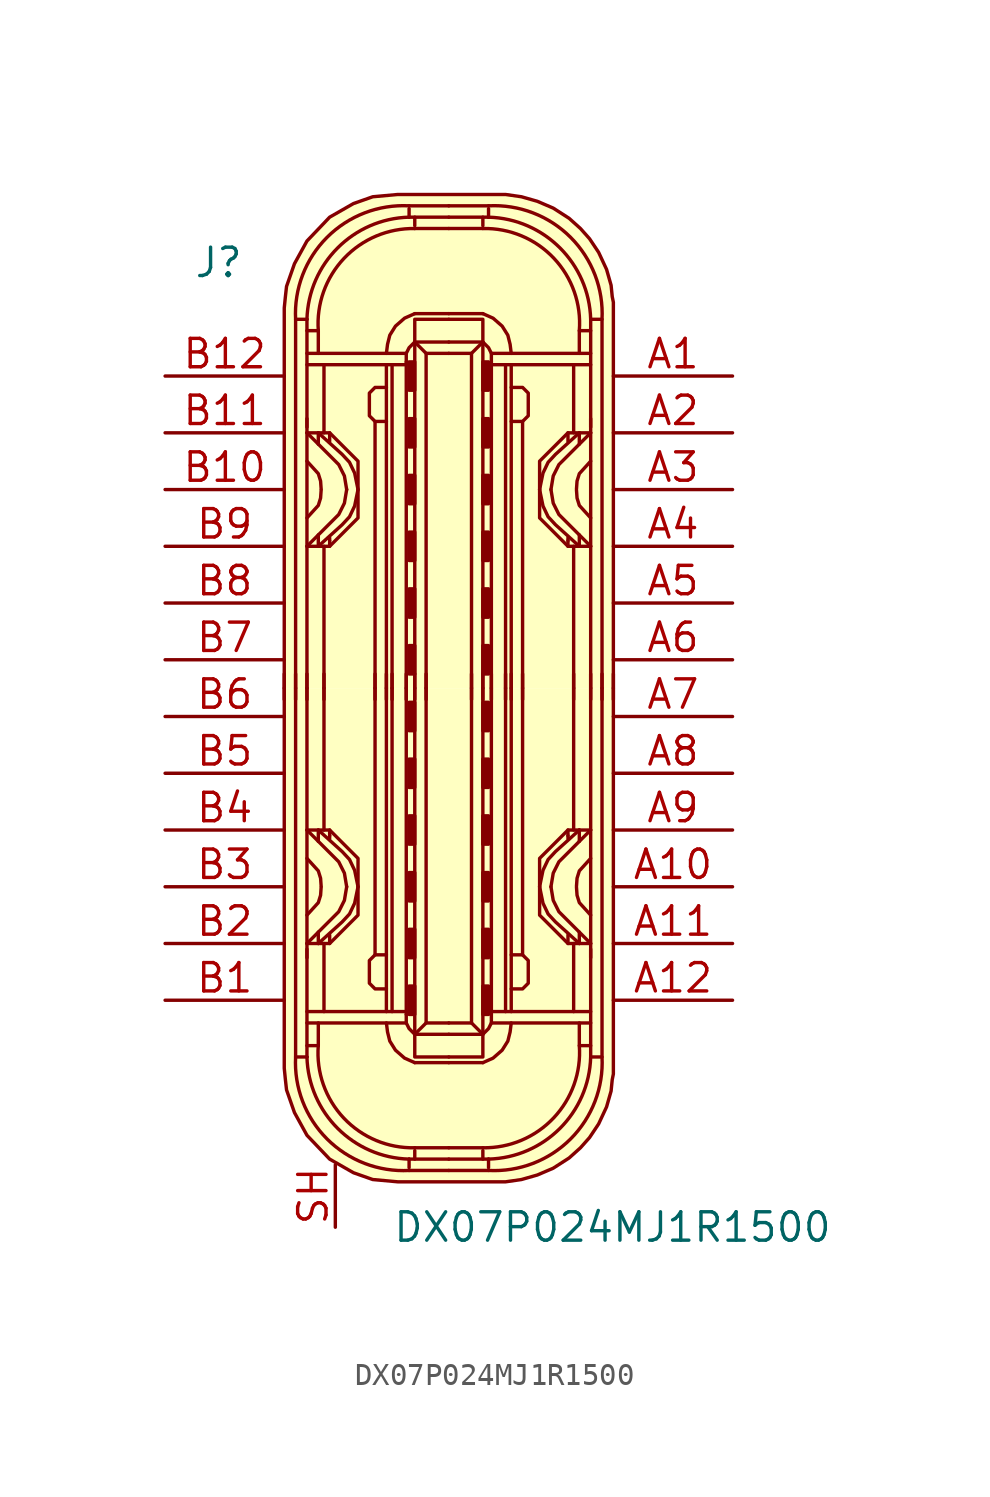
<source format=kicad_sym>
(kicad_symbol_lib
  (version 20220914)
  (generator kicad_symbol_editor)
  (symbol "DX07P024MJ1R1500"
    (pin_names
      (offset 1.016))
    (property "Reference" "J"
      (at -11.43 19.05 0)
      (effects (font (size 1.27 1.27)) (justify left)))
    (property "Value" "DX07P024MJ1R1500"
      (at -2.54 -24.13 0)
      (effects (font (size 1.27 1.27)) (justify left)))
    (symbol "DX07P024MJ1R1500_1_1"
      (arc (start -6.858 -16.51) (mid -5.4492 -20.1812) (end -1.778 -21.59) (stroke (width 0) (type solid)) (fill (type none)))
      (arc (start -6.35 -16.51) (mid -4.9749 -19.7069) (end -1.778 -21.082) (stroke (width 0) (type solid)) (fill (type none)))
      (arc (start -5.842 -16.002) (mid -4.6972 -19.2495) (end -1.524 -20.574) (stroke (width 0) (type solid)) (fill (type none)))
      (rectangle (start -1.778 -14.605) (end -1.524 -13.335) (stroke (width 0) (type solid)) (fill (type outline)))
      (rectangle (start -1.778 -12.065) (end -1.524 -10.795) (stroke (width 0) (type solid)) (fill (type outline)))
      (rectangle (start -1.778 -9.525) (end -1.524 -8.255) (stroke (width 0) (type solid)) (fill (type outline)))
      (rectangle (start -1.778 -6.985) (end -1.524 -5.715) (stroke (width 0) (type solid)) (fill (type outline)))
      (rectangle (start -1.778 -4.445) (end -1.524 -3.175) (stroke (width 0) (type solid)) (fill (type outline)))
      (rectangle (start -1.778 -1.905) (end -1.524 -0.635) (stroke (width 0) (type solid)) (fill (type outline)))
      (rectangle (start -1.778 1.905) (end -1.524 0.635) (stroke (width 0) (type solid)) (fill (type outline)))
      (rectangle (start -1.778 4.445) (end -1.524 3.175) (stroke (width 0) (type solid)) (fill (type outline)))
      (rectangle (start -1.778 6.985) (end -1.524 5.715) (stroke (width 0) (type solid)) (fill (type outline)))
      (rectangle (start -1.778 9.525) (end -1.524 8.255) (stroke (width 0) (type solid)) (fill (type outline)))
      (rectangle (start -1.778 12.065) (end -1.524 10.795) (stroke (width 0) (type solid)) (fill (type outline)))
      (rectangle (start -1.778 14.605) (end -1.524 13.335) (stroke (width 0) (type solid)) (fill (type outline)))
      (arc (start -1.778 21.082) (mid -4.9749 19.7069) (end -6.35 16.51) (stroke (width 0) (type solid)) (fill (type none)))
      (arc (start -1.778 21.59) (mid -5.4492 20.1812) (end -6.858 16.51) (stroke (width 0) (type solid)) (fill (type none)))
      (arc (start -1.524 20.574) (mid -4.6883 19.2412) (end -5.842 16.002) (stroke (width 0) (type solid)) (fill (type none)))
      (polyline (pts (xy -7.366 -0.508) (xy -7.366 0.635)) (stroke (width 0) (type solid)) (fill (type none)))
      (polyline (pts (xy -6.858 -0.508) (xy -6.858 0.635)) (stroke (width 0) (type solid)) (fill (type none)))
      (polyline (pts (xy -6.35 -14.986) (xy -1.905 -14.986)) (stroke (width 0) (type solid)) (fill (type none)))
      (polyline (pts (xy -6.35 -12.065) (xy -6.35 0)) (stroke (width 0) (type solid)) (fill (type none)))
      (polyline (pts (xy -6.35 -0.508) (xy -6.35 0.635)) (stroke (width 0) (type solid)) (fill (type none)))
      (polyline (pts (xy -6.35 12.065) (xy -6.35 0)) (stroke (width 0) (type solid)) (fill (type none)))
      (polyline (pts (xy -6.35 14.986) (xy -1.905 14.986)) (stroke (width 0) (type solid)) (fill (type none)))
      (polyline (pts (xy -5.842 -11.43) (xy -5.842 -10.922)) (stroke (width 0) (type solid)) (fill (type none)))
      (polyline (pts (xy -5.842 -6.35) (xy -5.842 -6.858)) (stroke (width 0) (type solid)) (fill (type none)))
      (polyline (pts (xy -5.842 6.35) (xy -5.842 6.858)) (stroke (width 0) (type solid)) (fill (type none)))
      (polyline (pts (xy -5.842 11.43) (xy -5.842 10.922)) (stroke (width 0) (type solid)) (fill (type none)))
      (polyline (pts (xy -5.588 -14.478) (xy -5.588 -11.43)) (stroke (width 0) (type solid)) (fill (type none)))
      (polyline (pts (xy -5.588 -6.35) (xy -5.588 0)) (stroke (width 0) (type solid)) (fill (type none)))
      (polyline (pts (xy -5.588 -0.508) (xy -5.588 0.635)) (stroke (width 0) (type solid)) (fill (type none)))
      (polyline (pts (xy -5.588 6.35) (xy -5.588 0)) (stroke (width 0) (type solid)) (fill (type none)))
      (polyline (pts (xy -5.588 14.478) (xy -5.588 11.43)) (stroke (width 0) (type solid)) (fill (type none)))
      (polyline (pts (xy -5.334 -11.43) (xy -5.334 -11.049)) (stroke (width 0) (type solid)) (fill (type none)))
      (polyline (pts (xy -5.334 -6.604) (xy -5.334 -6.731)) (stroke (width 0) (type solid)) (fill (type none)))
      (polyline (pts (xy -5.334 -6.35) (xy -5.334 -6.604)) (stroke (width 0) (type solid)) (fill (type none)))
      (polyline (pts (xy -5.334 6.35) (xy -5.334 6.604)) (stroke (width 0) (type solid)) (fill (type none)))
      (polyline (pts (xy -5.334 6.604) (xy -5.334 6.731)) (stroke (width 0) (type solid)) (fill (type none)))
      (polyline (pts (xy -5.334 11.43) (xy -5.334 11.049)) (stroke (width 0) (type solid)) (fill (type none)))
      (polyline (pts (xy -3.302 -0.508) (xy -3.302 0.635)) (stroke (width 0) (type solid)) (fill (type none)))
      (polyline (pts (xy -3.302 0) (xy -3.302 -11.938)) (stroke (width 0) (type solid)) (fill (type none)))
      (polyline (pts (xy -3.302 0) (xy -3.302 11.938)) (stroke (width 0) (type solid)) (fill (type none)))
      (polyline (pts (xy -2.794 -0.508) (xy -2.794 0.635)) (stroke (width 0) (type solid)) (fill (type none)))
      (polyline (pts (xy -2.794 0) (xy -2.794 -14.478)) (stroke (width 0) (type solid)) (fill (type none)))
      (polyline (pts (xy -2.794 0) (xy -2.794 14.478)) (stroke (width 0) (type solid)) (fill (type none)))
      (polyline (pts (xy -2.54 -14.478) (xy -2.54 0)) (stroke (width 0) (type solid)) (fill (type none)))
      (polyline (pts (xy -2.54 -0.508) (xy -2.54 0.635)) (stroke (width 0) (type solid)) (fill (type none)))
      (polyline (pts (xy -2.54 14.478) (xy -2.54 0)) (stroke (width 0) (type solid)) (fill (type none)))
      (polyline (pts (xy -1.905 -14.478) (xy -6.35 -14.478)) (stroke (width 0) (type solid)) (fill (type none)))
      (polyline (pts (xy -1.905 -0.508) (xy -1.905 0.635)) (stroke (width 0) (type solid)) (fill (type none)))
      (polyline (pts (xy -1.905 0) (xy -1.905 -14.605)) (stroke (width 0) (type solid)) (fill (type none)))
      (polyline (pts (xy -1.905 0) (xy -1.905 14.605)) (stroke (width 0) (type solid)) (fill (type none)))
      (polyline (pts (xy -1.905 14.478) (xy -6.35 14.478)) (stroke (width 0) (type solid)) (fill (type none)))
      (polyline (pts (xy -1.778 -21.59) (xy 0 -21.59)) (stroke (width 0) (type solid)) (fill (type background)))
      (polyline (pts (xy -1.778 -21.082) (xy -1.778 -21.463)) (stroke (width 0) (type solid)) (fill (type none)))
      (polyline (pts (xy -1.778 -21.082) (xy 0 -21.082)) (stroke (width 0) (type solid)) (fill (type none)))
      (polyline (pts (xy -1.778 21.082) (xy -1.778 21.463)) (stroke (width 0) (type solid)) (fill (type none)))
      (polyline (pts (xy -1.778 21.082) (xy 0 21.082)) (stroke (width 0) (type solid)) (fill (type none)))
      (polyline (pts (xy -1.778 21.59) (xy 0 21.59)) (stroke (width 0) (type solid)) (fill (type background)))
      (polyline (pts (xy -1.524 -20.701) (xy -1.524 -21.082)) (stroke (width 0) (type solid)) (fill (type none)))
      (polyline (pts (xy -1.524 -20.574) (xy 0 -20.574)) (stroke (width 0) (type solid)) (fill (type none)))
      (polyline (pts (xy -1.524 -0.508) (xy -1.524 0.635)) (stroke (width 0) (type solid)) (fill (type none)))
      (polyline (pts (xy -1.524 20.574) (xy 0 20.574)) (stroke (width 0) (type solid)) (fill (type none)))
      (polyline (pts (xy -1.524 20.701) (xy -1.524 21.082)) (stroke (width 0) (type solid)) (fill (type none)))
      (polyline (pts (xy -1.016 -14.986) (xy -1.524 -15.494)) (stroke (width 0) (type solid)) (fill (type none)))
      (polyline (pts (xy -1.016 -0.508) (xy -1.016 0.635)) (stroke (width 0) (type solid)) (fill (type none)))
      (polyline (pts (xy -1.016 14.986) (xy -1.524 15.494)) (stroke (width 0) (type solid)) (fill (type none)))
      (polyline (pts (xy 0 -16.764) (xy -1.524 -16.764)) (stroke (width 0) (type solid)) (fill (type none)))
      (polyline (pts (xy 0 -16.764) (xy 1.524 -16.764)) (stroke (width 0) (type solid)) (fill (type none)))
      (polyline (pts (xy 0 16.764) (xy -1.524 16.764)) (stroke (width 0) (type solid)) (fill (type none)))
      (polyline (pts (xy 0 16.764) (xy 1.524 16.764)) (stroke (width 0) (type solid)) (fill (type none)))
      (polyline (pts (xy 1.016 -14.986) (xy 1.524 -15.494)) (stroke (width 0) (type solid)) (fill (type none)))
      (polyline (pts (xy 1.016 -0.508) (xy 1.016 0.635)) (stroke (width 0) (type solid)) (fill (type none)))
      (polyline (pts (xy 1.016 14.986) (xy 1.524 15.494)) (stroke (width 0) (type solid)) (fill (type none)))
      (polyline (pts (xy 1.524 -20.701) (xy 1.524 -21.082)) (stroke (width 0) (type solid)) (fill (type none)))
      (polyline (pts (xy 1.524 -20.574) (xy 0 -20.574)) (stroke (width 0) (type solid)) (fill (type none)))
      (polyline (pts (xy 1.524 -0.508) (xy 1.524 0.635)) (stroke (width 0) (type solid)) (fill (type none)))
      (polyline (pts (xy 1.524 20.574) (xy 0 20.574)) (stroke (width 0) (type solid)) (fill (type none)))
      (polyline (pts (xy 1.524 20.701) (xy 1.524 21.082)) (stroke (width 0) (type solid)) (fill (type none)))
      (polyline (pts (xy 1.778 -21.59) (xy 0 -21.59)) (stroke (width 0) (type solid)) (fill (type background)))
      (polyline (pts (xy 1.778 -21.082) (xy 0 -21.082)) (stroke (width 0) (type solid)) (fill (type none)))
      (polyline (pts (xy 1.778 -21.082) (xy 1.778 -21.463)) (stroke (width 0) (type solid)) (fill (type none)))
      (polyline (pts (xy 1.778 21.082) (xy 0 21.082)) (stroke (width 0) (type solid)) (fill (type none)))
      (polyline (pts (xy 1.778 21.082) (xy 1.778 21.463)) (stroke (width 0) (type solid)) (fill (type none)))
      (polyline (pts (xy 1.778 21.59) (xy 0 21.59)) (stroke (width 0) (type solid)) (fill (type background)))
      (polyline (pts (xy 1.905 -14.478) (xy 6.35 -14.478)) (stroke (width 0) (type solid)) (fill (type none)))
      (polyline (pts (xy 1.905 -0.508) (xy 1.905 0.635)) (stroke (width 0) (type solid)) (fill (type none)))
      (polyline (pts (xy 1.905 0) (xy 1.905 -14.605)) (stroke (width 0) (type solid)) (fill (type none)))
      (polyline (pts (xy 1.905 0) (xy 1.905 14.605)) (stroke (width 0) (type solid)) (fill (type none)))
      (polyline (pts (xy 1.905 14.478) (xy 6.35 14.478)) (stroke (width 0) (type solid)) (fill (type none)))
      (polyline (pts (xy 2.54 -14.478) (xy 2.54 0)) (stroke (width 0) (type solid)) (fill (type none)))
      (polyline (pts (xy 2.54 -0.508) (xy 2.54 0.635)) (stroke (width 0) (type solid)) (fill (type none)))
      (polyline (pts (xy 2.54 14.478) (xy 2.54 0)) (stroke (width 0) (type solid)) (fill (type none)))
      (polyline (pts (xy 2.794 -0.508) (xy 2.794 0.635)) (stroke (width 0) (type solid)) (fill (type none)))
      (polyline (pts (xy 2.794 0) (xy 2.794 -14.478)) (stroke (width 0) (type solid)) (fill (type none)))
      (polyline (pts (xy 2.794 0) (xy 2.794 14.478)) (stroke (width 0) (type solid)) (fill (type none)))
      (polyline (pts (xy 3.302 -0.508) (xy 3.302 0.635)) (stroke (width 0) (type solid)) (fill (type none)))
      (polyline (pts (xy 3.302 0) (xy 3.302 -11.938)) (stroke (width 0) (type solid)) (fill (type none)))
      (polyline (pts (xy 3.302 0) (xy 3.302 11.938)) (stroke (width 0) (type solid)) (fill (type none)))
      (polyline (pts (xy 5.334 -11.43) (xy 5.334 -11.049)) (stroke (width 0) (type solid)) (fill (type none)))
      (polyline (pts (xy 5.334 -6.604) (xy 5.334 -6.731)) (stroke (width 0) (type solid)) (fill (type none)))
      (polyline (pts (xy 5.334 -6.35) (xy 5.334 -6.604)) (stroke (width 0) (type solid)) (fill (type none)))
      (polyline (pts (xy 5.334 6.35) (xy 5.334 6.604)) (stroke (width 0) (type solid)) (fill (type none)))
      (polyline (pts (xy 5.334 6.604) (xy 5.334 6.731)) (stroke (width 0) (type solid)) (fill (type none)))
      (polyline (pts (xy 5.334 11.43) (xy 5.334 11.049)) (stroke (width 0) (type solid)) (fill (type none)))
      (polyline (pts (xy 5.588 -14.478) (xy 5.588 -11.43)) (stroke (width 0) (type solid)) (fill (type none)))
      (polyline (pts (xy 5.588 -6.35) (xy 5.588 0)) (stroke (width 0) (type solid)) (fill (type none)))
      (polyline (pts (xy 5.588 -0.508) (xy 5.588 0.635)) (stroke (width 0) (type solid)) (fill (type none)))
      (polyline (pts (xy 5.588 6.35) (xy 5.588 0)) (stroke (width 0) (type solid)) (fill (type none)))
      (polyline (pts (xy 5.588 14.478) (xy 5.588 11.43)) (stroke (width 0) (type solid)) (fill (type none)))
      (polyline (pts (xy 5.842 -11.43) (xy 5.842 -10.922)) (stroke (width 0) (type solid)) (fill (type none)))
      (polyline (pts (xy 5.842 -6.35) (xy 5.842 -6.858)) (stroke (width 0) (type solid)) (fill (type none)))
      (polyline (pts (xy 5.842 6.35) (xy 5.842 6.858)) (stroke (width 0) (type solid)) (fill (type none)))
      (polyline (pts (xy 5.842 11.43) (xy 5.842 10.922)) (stroke (width 0) (type solid)) (fill (type none)))
      (polyline (pts (xy 6.35 -14.986) (xy 1.905 -14.986)) (stroke (width 0) (type solid)) (fill (type none)))
      (polyline (pts (xy 6.35 -12.065) (xy 6.35 0)) (stroke (width 0) (type solid)) (fill (type none)))
      (polyline (pts (xy 6.35 -0.508) (xy 6.35 0.635)) (stroke (width 0) (type solid)) (fill (type none)))
      (polyline (pts (xy 6.35 12.065) (xy 6.35 0)) (stroke (width 0) (type solid)) (fill (type none)))
      (polyline (pts (xy 6.35 14.986) (xy 1.905 14.986)) (stroke (width 0) (type solid)) (fill (type none)))
      (polyline (pts (xy 6.858 -0.508) (xy 6.858 0.635)) (stroke (width 0) (type solid)) (fill (type none)))
      (polyline (pts (xy 7.366 -0.508) (xy 7.366 0.635)) (stroke (width 0) (type solid)) (fill (type none)))
      (polyline (pts (xy -6.35 -16.51) (xy -6.858 -16.51) (xy -6.858 0)) (stroke (width 0) (type solid)) (fill (type none)))
      (polyline (pts (xy -6.35 -11.684) (xy -6.35 -15.875) (xy -6.35 -16.51)) (stroke (width 0) (type solid)) (fill (type none)))
      (polyline (pts (xy -6.35 11.684) (xy -6.35 15.875) (xy -6.35 16.51)) (stroke (width 0) (type solid)) (fill (type none)))
      (polyline (pts (xy -6.35 16.51) (xy -6.858 16.51) (xy -6.858 0)) (stroke (width 0) (type solid)) (fill (type none)))
      (polyline (pts (xy -5.842 -14.986) (xy -5.842 -16.002) (xy -6.35 -16.002)) (stroke (width 0) (type solid)) (fill (type none)))
      (polyline (pts (xy -5.842 14.986) (xy -5.842 16.002) (xy -6.35 16.002)) (stroke (width 0) (type solid)) (fill (type none)))
      (polyline (pts (xy -1.524 0) (xy -1.524 -15.494) (xy 0 -15.494)) (stroke (width 0) (type solid)) (fill (type none)))
      (polyline (pts (xy -1.524 0) (xy -1.524 15.494) (xy 0 15.494)) (stroke (width 0) (type solid)) (fill (type none)))
      (polyline (pts (xy -1.016 0) (xy -1.016 -14.986) (xy 0 -14.986)) (stroke (width 0) (type solid)) (fill (type none)))
      (polyline (pts (xy -1.016 0) (xy -1.016 14.986) (xy 0 14.986)) (stroke (width 0) (type solid)) (fill (type none)))
      (polyline (pts (xy 1.016 0) (xy 1.016 -14.986) (xy 0 -14.986)) (stroke (width 0) (type solid)) (fill (type none)))
      (polyline (pts (xy 1.016 0) (xy 1.016 14.986) (xy 0 14.986)) (stroke (width 0) (type solid)) (fill (type none)))
      (polyline (pts (xy 1.524 0) (xy 1.524 -15.494) (xy 0 -15.494)) (stroke (width 0) (type solid)) (fill (type none)))
      (polyline (pts (xy 1.524 0) (xy 1.524 15.494) (xy 0 15.494)) (stroke (width 0) (type solid)) (fill (type none)))
      (polyline (pts (xy 5.842 -14.986) (xy 5.842 -16.002) (xy 6.35 -16.002)) (stroke (width 0) (type solid)) (fill (type none)))
      (polyline (pts (xy 5.842 14.986) (xy 5.842 16.002) (xy 6.35 16.002)) (stroke (width 0) (type solid)) (fill (type none)))
      (polyline (pts (xy 6.35 -16.51) (xy 6.858 -16.51) (xy 6.858 0)) (stroke (width 0) (type solid)) (fill (type none)))
      (polyline (pts (xy 6.35 -11.684) (xy 6.35 -15.875) (xy 6.35 -16.51)) (stroke (width 0) (type solid)) (fill (type none)))
      (polyline (pts (xy 6.35 11.684) (xy 6.35 15.875) (xy 6.35 16.51)) (stroke (width 0) (type solid)) (fill (type none)))
      (polyline (pts (xy 6.35 16.51) (xy 6.858 16.51) (xy 6.858 0)) (stroke (width 0) (type solid)) (fill (type none)))
      (polyline (pts (xy -6.35 -11.43) (xy -4.928 -10.008) (xy -4.674 -9.5) (xy -4.572 -8.89)) (stroke (width 0) (type solid)) (fill (type none)))
      (polyline (pts (xy -6.35 -10.16) (xy -5.842 -9.601) (xy -5.74 -9.271) (xy -5.715 -8.915)) (stroke (width 0) (type solid)) (fill (type none)))
      (polyline (pts (xy -6.35 -7.62) (xy -5.842 -8.179) (xy -5.74 -8.509) (xy -5.715 -8.865)) (stroke (width 0) (type solid)) (fill (type none)))
      (polyline (pts (xy -6.35 -6.35) (xy -4.928 -7.772) (xy -4.674 -8.28) (xy -4.572 -8.89)) (stroke (width 0) (type solid)) (fill (type none)))
      (polyline (pts (xy -6.35 6.35) (xy -4.928 7.772) (xy -4.674 8.28) (xy -4.572 8.89)) (stroke (width 0) (type solid)) (fill (type none)))
      (polyline (pts (xy -6.35 7.62) (xy -5.842 8.179) (xy -5.74 8.509) (xy -5.715 8.865)) (stroke (width 0) (type solid)) (fill (type none)))
      (polyline (pts (xy -6.35 10.16) (xy -5.842 9.601) (xy -5.74 9.271) (xy -5.715 8.915)) (stroke (width 0) (type solid)) (fill (type none)))
      (polyline (pts (xy -6.35 11.43) (xy -4.928 10.008) (xy -4.674 9.5) (xy -4.572 8.89)) (stroke (width 0) (type solid)) (fill (type none)))
      (polyline (pts (xy -1.905 -14.605) (xy -1.905 -14.986) (xy -1.778 -15.24) (xy -1.524 -15.494)) (stroke (width 0) (type solid)) (fill (type none)))
      (polyline (pts (xy -1.905 14.605) (xy -1.905 14.986) (xy -1.778 15.24) (xy -1.524 15.494)) (stroke (width 0) (type solid)) (fill (type none)))
      (polyline (pts (xy 0 -16.51) (xy -1.397 -16.51) (xy -1.524 -16.51) (xy -1.524 -15.494)) (stroke (width 0) (type solid)) (fill (type none)))
      (polyline (pts (xy 0 -16.51) (xy 1.397 -16.51) (xy 1.524 -16.51) (xy 1.524 -15.494)) (stroke (width 0) (type solid)) (fill (type none)))
      (polyline (pts (xy 0 16.51) (xy -1.397 16.51) (xy -1.524 16.51) (xy -1.524 15.494)) (stroke (width 0) (type solid)) (fill (type none)))
      (polyline (pts (xy 0 16.51) (xy 1.397 16.51) (xy 1.524 16.51) (xy 1.524 15.494)) (stroke (width 0) (type solid)) (fill (type none)))
      (polyline (pts (xy 1.905 -14.605) (xy 1.905 -14.986) (xy 1.778 -15.24) (xy 1.524 -15.494)) (stroke (width 0) (type solid)) (fill (type none)))
      (polyline (pts (xy 1.905 14.605) (xy 1.905 14.986) (xy 1.778 15.24) (xy 1.524 15.494)) (stroke (width 0) (type solid)) (fill (type none)))
      (polyline (pts (xy 6.35 -11.43) (xy 4.928 -10.008) (xy 4.674 -9.5) (xy 4.572 -8.89)) (stroke (width 0) (type solid)) (fill (type none)))
      (polyline (pts (xy 6.35 -10.16) (xy 5.842 -9.601) (xy 5.74 -9.271) (xy 5.715 -8.915)) (stroke (width 0) (type solid)) (fill (type none)))
      (polyline (pts (xy 6.35 -7.62) (xy 5.842 -8.179) (xy 5.74 -8.509) (xy 5.715 -8.865)) (stroke (width 0) (type solid)) (fill (type none)))
      (polyline (pts (xy 6.35 -6.35) (xy 4.928 -7.772) (xy 4.674 -8.28) (xy 4.572 -8.89)) (stroke (width 0) (type solid)) (fill (type none)))
      (polyline (pts (xy 6.35 6.35) (xy 4.928 7.772) (xy 4.674 8.28) (xy 4.572 8.89)) (stroke (width 0) (type solid)) (fill (type none)))
      (polyline (pts (xy 6.35 7.62) (xy 5.842 8.179) (xy 5.74 8.509) (xy 5.715 8.865)) (stroke (width 0) (type solid)) (fill (type none)))
      (polyline (pts (xy 6.35 10.16) (xy 5.842 9.601) (xy 5.74 9.271) (xy 5.715 8.915)) (stroke (width 0) (type solid)) (fill (type none)))
      (polyline (pts (xy 6.35 11.43) (xy 4.928 10.008) (xy 4.674 9.5) (xy 4.572 8.89)) (stroke (width 0) (type solid)) (fill (type none)))
      (polyline (pts (xy -5.842 -11.43) (xy -4.775 -10.465) (xy -4.445 -10.109) (xy -4.216 -9.627) (xy -4.064 -8.89)) (stroke (width 0) (type solid)) (fill (type none)))
      (polyline (pts (xy -5.842 -6.35) (xy -4.775 -7.315) (xy -4.445 -7.671) (xy -4.216 -8.153) (xy -4.064 -8.89)) (stroke (width 0) (type solid)) (fill (type none)))
      (polyline (pts (xy -5.842 6.35) (xy -4.775 7.315) (xy -4.445 7.671) (xy -4.216 8.153) (xy -4.064 8.89)) (stroke (width 0) (type solid)) (fill (type none)))
      (polyline (pts (xy -5.842 11.43) (xy -4.775 10.465) (xy -4.445 10.109) (xy -4.216 9.627) (xy -4.064 8.89)) (stroke (width 0) (type solid)) (fill (type none)))
      (polyline (pts (xy 5.842 -11.43) (xy 4.775 -10.465) (xy 4.445 -10.109) (xy 4.216 -9.627) (xy 4.064 -8.89)) (stroke (width 0) (type solid)) (fill (type none)))
      (polyline (pts (xy 5.842 -6.35) (xy 4.775 -7.315) (xy 4.445 -7.671) (xy 4.216 -8.153) (xy 4.064 -8.89)) (stroke (width 0) (type solid)) (fill (type none)))
      (polyline (pts (xy 5.842 6.35) (xy 4.775 7.315) (xy 4.445 7.671) (xy 4.216 8.153) (xy 4.064 8.89)) (stroke (width 0) (type solid)) (fill (type none)))
      (polyline (pts (xy 5.842 11.43) (xy 4.775 10.465) (xy 4.445 10.109) (xy 4.216 9.627) (xy 4.064 8.89)) (stroke (width 0) (type solid)) (fill (type none)))
      (polyline (pts (xy -6.35 -11.43) (xy -5.334 -11.43) (xy -4.064 -10.16) (xy -4.064 -7.62) (xy -5.334 -6.35) (xy -6.35 -6.35)) (stroke (width 0) (type solid)) (fill (type none)))
      (polyline (pts (xy -6.35 11.43) (xy -5.334 11.43) (xy -4.064 10.16) (xy -4.064 7.62) (xy -5.334 6.35) (xy -6.35 6.35)) (stroke (width 0) (type solid)) (fill (type none)))
      (polyline (pts (xy -2.794 -14.986) (xy -2.743 -15.392) (xy -2.642 -15.799) (xy -2.388 -16.205) (xy -1.981 -16.561) (xy -1.524 -16.764)) (stroke (width 0) (type solid)) (fill (type none)))
      (polyline (pts (xy -2.794 -13.462) (xy -3.302 -13.462) (xy -3.556 -13.208) (xy -3.556 -12.192) (xy -3.302 -11.938) (xy -2.794 -11.938)) (stroke (width 0) (type solid)) (fill (type none)))
      (polyline (pts (xy -2.794 13.462) (xy -3.302 13.462) (xy -3.556 13.208) (xy -3.556 12.192) (xy -3.302 11.938) (xy -2.794 11.938)) (stroke (width 0) (type solid)) (fill (type none)))
      (polyline (pts (xy -2.794 14.986) (xy -2.743 15.392) (xy -2.642 15.799) (xy -2.388 16.205) (xy -1.981 16.561) (xy -1.524 16.764)) (stroke (width 0) (type solid)) (fill (type none)))
      (polyline (pts (xy 2.794 -14.986) (xy 2.743 -15.392) (xy 2.642 -15.799) (xy 2.388 -16.205) (xy 1.981 -16.561) (xy 1.524 -16.764)) (stroke (width 0) (type solid)) (fill (type none)))
      (polyline (pts (xy 2.794 -13.462) (xy 3.302 -13.462) (xy 3.556 -13.208) (xy 3.556 -12.192) (xy 3.302 -11.938) (xy 2.794 -11.938)) (stroke (width 0) (type solid)) (fill (type none)))
      (polyline (pts (xy 2.794 13.462) (xy 3.302 13.462) (xy 3.556 13.208) (xy 3.556 12.192) (xy 3.302 11.938) (xy 2.794 11.938)) (stroke (width 0) (type solid)) (fill (type none)))
      (polyline (pts (xy 2.794 14.986) (xy 2.743 15.392) (xy 2.642 15.799) (xy 2.388 16.205) (xy 1.981 16.561) (xy 1.524 16.764)) (stroke (width 0) (type solid)) (fill (type none)))
      (polyline (pts (xy 6.35 -11.43) (xy 5.334 -11.43) (xy 4.064 -10.16) (xy 4.064 -7.62) (xy 5.334 -6.35) (xy 6.35 -6.35)) (stroke (width 0) (type solid)) (fill (type none)))
      (polyline (pts (xy 6.35 11.43) (xy 5.334 11.43) (xy 4.064 10.16) (xy 4.064 7.62) (xy 5.334 6.35) (xy 6.35 6.35)) (stroke (width 0) (type solid)) (fill (type none)))
      (polyline (pts (xy 7.366 0) (xy 7.366 -17.018) (xy 7.366 -17.272) (xy 7.315 -17.526) (xy 7.264 -18.034) (xy 7.061 -18.745) (xy 6.706 -19.507) (xy 6.299 -20.117) (xy 5.893 -20.574) (xy 5.385 -21.031) (xy 4.674 -21.488) (xy 3.962 -21.793) (xy 3.251 -21.996) (xy 2.54 -22.098) (xy -2.286 -22.098) (xy -3.404 -21.996) (xy -4.267 -21.692) (xy -5.334 -21.082) (xy -6.35 -20.015) (xy -6.909 -18.999) (xy -7.264 -17.983) (xy -7.315 -17.526) (xy -7.366 -17.018) (xy -7.366 0)) (stroke (width 0) (type solid)) (fill (type background)))
      (polyline (pts (xy 7.366 0) (xy 7.366 17.018) (xy 7.366 17.272) (xy 7.315 17.526) (xy 7.264 18.034) (xy 7.061 18.745) (xy 6.706 19.507) (xy 6.299 20.117) (xy 5.893 20.574) (xy 5.385 21.031) (xy 4.674 21.488) (xy 3.962 21.793) (xy 3.251 21.996) (xy 2.54 22.098) (xy -2.286 22.098) (xy -3.404 21.996) (xy -4.267 21.692) (xy -5.334 21.082) (xy -6.35 20.015) (xy -6.909 18.999) (xy -7.264 17.983) (xy -7.315 17.526) (xy -7.366 17.018) (xy -7.366 0)) (stroke (width 0) (type solid)) (fill (type background)))
      (arc (start 1.524 -20.574) (mid 4.6883 -19.2412) (end 5.842 -16.002) (stroke (width 0) (type solid)) (fill (type none)))
      (arc (start 1.778 -21.59) (mid 5.4492 -20.1812) (end 6.858 -16.51) (stroke (width 0) (type solid)) (fill (type none)))
      (arc (start 1.778 -21.082) (mid 4.9749 -19.7069) (end 6.35 -16.51) (stroke (width 0) (type solid)) (fill (type none)))
      (rectangle (start 1.778 -14.605) (end 1.524 -13.335) (stroke (width 0) (type solid)) (fill (type outline)))
      (rectangle (start 1.778 -12.065) (end 1.524 -10.795) (stroke (width 0) (type solid)) (fill (type outline)))
      (rectangle (start 1.778 -9.525) (end 1.524 -8.255) (stroke (width 0) (type solid)) (fill (type outline)))
      (rectangle (start 1.778 -6.985) (end 1.524 -5.715) (stroke (width 0) (type solid)) (fill (type outline)))
      (rectangle (start 1.778 -4.445) (end 1.524 -3.175) (stroke (width 0) (type solid)) (fill (type outline)))
      (rectangle (start 1.778 -1.905) (end 1.524 -0.635) (stroke (width 0) (type solid)) (fill (type outline)))
      (rectangle (start 1.778 1.905) (end 1.524 0.635) (stroke (width 0) (type solid)) (fill (type outline)))
      (rectangle (start 1.778 4.445) (end 1.524 3.175) (stroke (width 0) (type solid)) (fill (type outline)))
      (rectangle (start 1.778 6.985) (end 1.524 5.715) (stroke (width 0) (type solid)) (fill (type outline)))
      (rectangle (start 1.778 9.525) (end 1.524 8.255) (stroke (width 0) (type solid)) (fill (type outline)))
      (rectangle (start 1.778 12.065) (end 1.524 10.795) (stroke (width 0) (type solid)) (fill (type outline)))
      (rectangle (start 1.778 14.605) (end 1.524 13.335) (stroke (width 0) (type solid)) (fill (type outline)))
      (arc (start 5.842 16.002) (mid 4.6972 19.2495) (end 1.524 20.574) (stroke (width 0) (type solid)) (fill (type none)))
      (arc (start 6.35 16.51) (mid 4.9749 19.7069) (end 1.778 21.082) (stroke (width 0) (type solid)) (fill (type none)))
      (arc (start 6.858 16.51) (mid 5.4492 20.1812) (end 1.778 21.59) (stroke (width 0) (type solid)) (fill (type none)))
      (pin passive line (at 12.7 13.97 180) (length 5.334) (name "~" (effects (font (size 1.27 1.27)))) (number "A1" (effects (font (size 1.27 1.27)))))
      (pin passive line (at 12.7 -8.89 180) (length 5.334) (name "~" (effects (font (size 1.27 1.27)))) (number "A10" (effects (font (size 1.27 1.27)))))
      (pin passive line (at 12.7 -11.43 180) (length 5.334) (name "~" (effects (font (size 1.27 1.27)))) (number "A11" (effects (font (size 1.27 1.27)))))
      (pin passive line (at 12.7 -13.97 180) (length 5.334) (name "~" (effects (font (size 1.27 1.27)))) (number "A12" (effects (font (size 1.27 1.27)))))
      (pin passive line (at 12.7 11.43 180) (length 5.334) (name "~" (effects (font (size 1.27 1.27)))) (number "A2" (effects (font (size 1.27 1.27)))))
      (pin passive line (at 12.7 8.89 180) (length 5.334) (name "~" (effects (font (size 1.27 1.27)))) (number "A3" (effects (font (size 1.27 1.27)))))
      (pin passive line (at 12.7 6.35 180) (length 5.334) (name "~" (effects (font (size 1.27 1.27)))) (number "A4" (effects (font (size 1.27 1.27)))))
      (pin passive line (at 12.7 3.81 180) (length 5.334) (name "~" (effects (font (size 1.27 1.27)))) (number "A5" (effects (font (size 1.27 1.27)))))
      (pin passive line (at 12.7 1.27 180) (length 5.334) (name "~" (effects (font (size 1.27 1.27)))) (number "A6" (effects (font (size 1.27 1.27)))))
      (pin passive line (at 12.7 -1.27 180) (length 5.334) (name "~" (effects (font (size 1.27 1.27)))) (number "A7" (effects (font (size 1.27 1.27)))))
      (pin passive line (at 12.7 -3.81 180) (length 5.334) (name "~" (effects (font (size 1.27 1.27)))) (number "A8" (effects (font (size 1.27 1.27)))))
      (pin passive line (at 12.7 -6.35 180) (length 5.334) (name "~" (effects (font (size 1.27 1.27)))) (number "A9" (effects (font (size 1.27 1.27)))))
      (pin passive line (at -12.7 -13.97 0) (length 5.334) (name "~" (effects (font (size 1.27 1.27)))) (number "B1" (effects (font (size 1.27 1.27)))))
      (pin passive line (at -12.7 8.89 0) (length 5.334) (name "~" (effects (font (size 1.27 1.27)))) (number "B10" (effects (font (size 1.27 1.27)))))
      (pin passive line (at -12.7 11.43 0) (length 5.334) (name "~" (effects (font (size 1.27 1.27)))) (number "B11" (effects (font (size 1.27 1.27)))))
      (pin passive line (at -12.7 13.97 0) (length 5.334) (name "~" (effects (font (size 1.27 1.27)))) (number "B12" (effects (font (size 1.27 1.27)))))
      (pin passive line (at -12.7 -11.43 0) (length 5.334) (name "~" (effects (font (size 1.27 1.27)))) (number "B2" (effects (font (size 1.27 1.27)))))
      (pin passive line (at -12.7 -8.89 0) (length 5.334) (name "~" (effects (font (size 1.27 1.27)))) (number "B3" (effects (font (size 1.27 1.27)))))
      (pin passive line (at -12.7 -6.35 0) (length 5.334) (name "~" (effects (font (size 1.27 1.27)))) (number "B4" (effects (font (size 1.27 1.27)))))
      (pin passive line (at -12.7 -3.81 0) (length 5.334) (name "~" (effects (font (size 1.27 1.27)))) (number "B5" (effects (font (size 1.27 1.27)))))
      (pin passive line (at -12.7 -1.27 0) (length 5.334) (name "~" (effects (font (size 1.27 1.27)))) (number "B6" (effects (font (size 1.27 1.27)))))
      (pin passive line (at -12.7 1.27 0) (length 5.334) (name "~" (effects (font (size 1.27 1.27)))) (number "B7" (effects (font (size 1.27 1.27)))))
      (pin passive line (at -12.7 3.81 0) (length 5.334) (name "~" (effects (font (size 1.27 1.27)))) (number "B8" (effects (font (size 1.27 1.27)))))
      (pin passive line (at -12.7 6.35 0) (length 5.334) (name "~" (effects (font (size 1.27 1.27)))) (number "B9" (effects (font (size 1.27 1.27)))))
      (pin input line (at -5.08 -24.13 90) (length 2.794) (name "~" (effects (font (size 1.27 1.27)))) (number "SH" (effects (font (size 1.27 1.27))))))))
</source>
